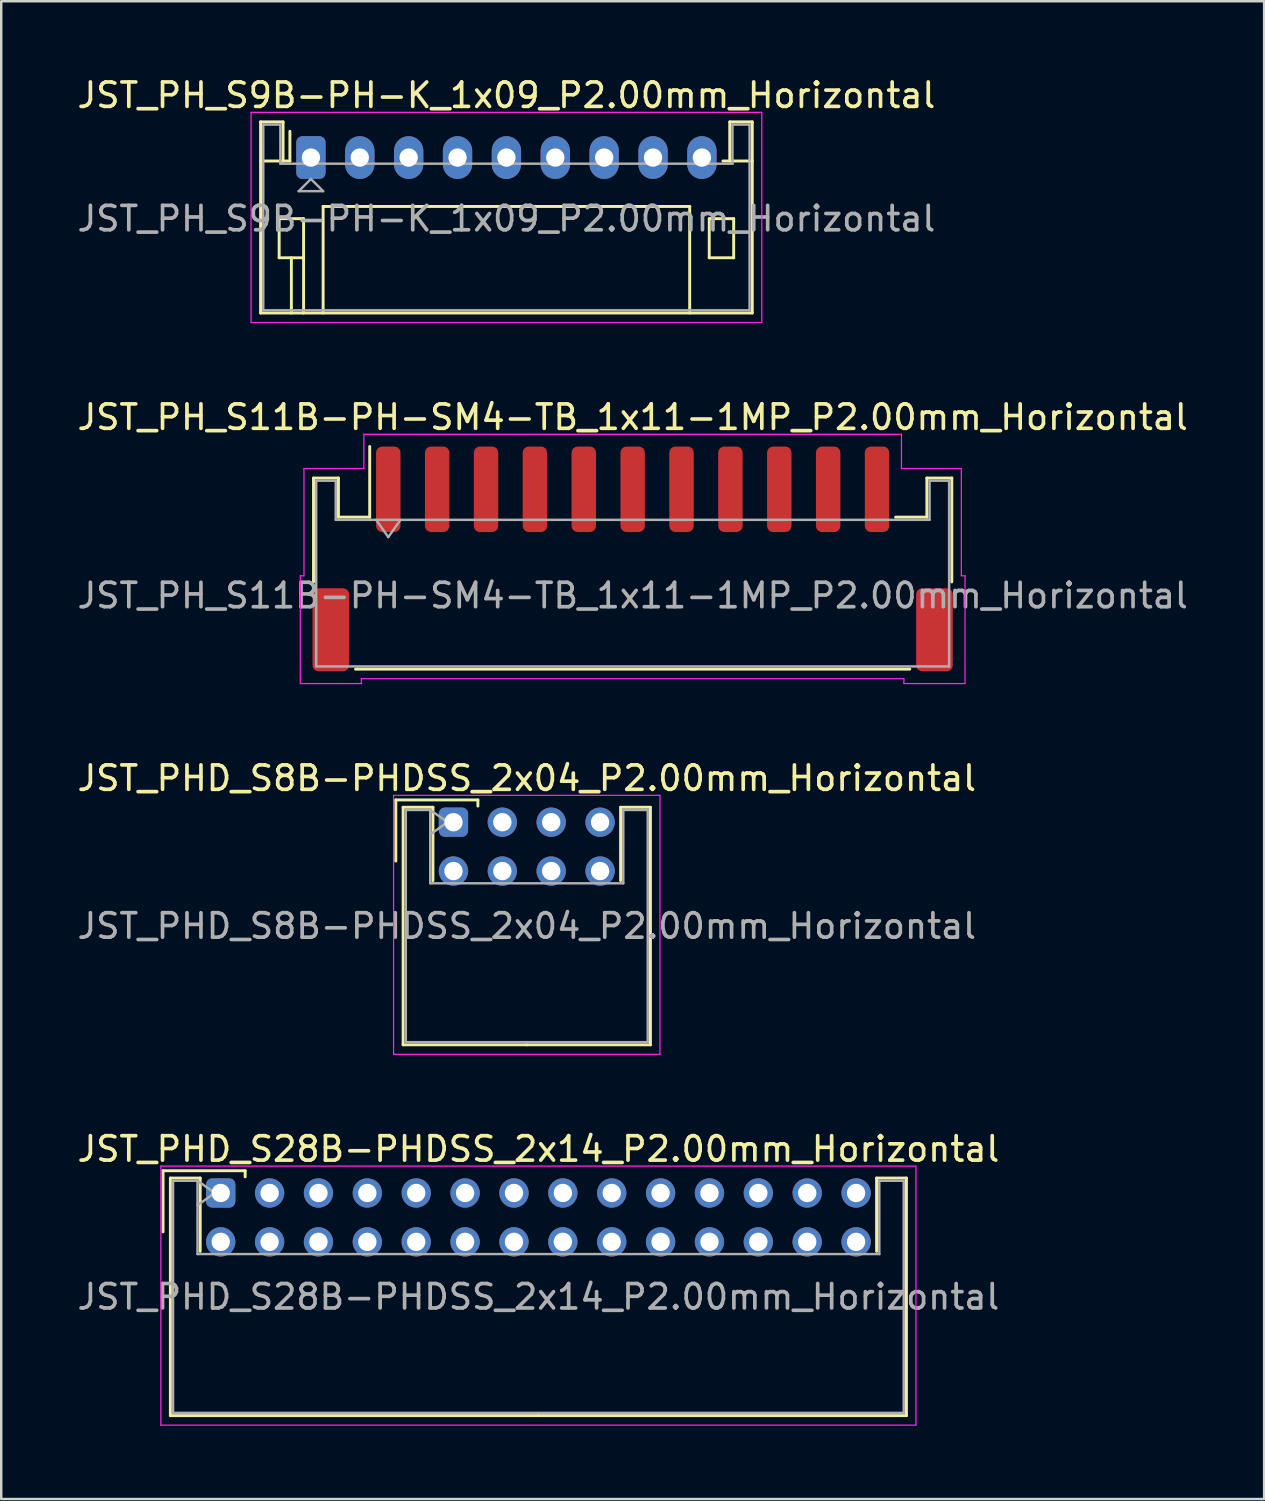
<source format=kicad_pcb>
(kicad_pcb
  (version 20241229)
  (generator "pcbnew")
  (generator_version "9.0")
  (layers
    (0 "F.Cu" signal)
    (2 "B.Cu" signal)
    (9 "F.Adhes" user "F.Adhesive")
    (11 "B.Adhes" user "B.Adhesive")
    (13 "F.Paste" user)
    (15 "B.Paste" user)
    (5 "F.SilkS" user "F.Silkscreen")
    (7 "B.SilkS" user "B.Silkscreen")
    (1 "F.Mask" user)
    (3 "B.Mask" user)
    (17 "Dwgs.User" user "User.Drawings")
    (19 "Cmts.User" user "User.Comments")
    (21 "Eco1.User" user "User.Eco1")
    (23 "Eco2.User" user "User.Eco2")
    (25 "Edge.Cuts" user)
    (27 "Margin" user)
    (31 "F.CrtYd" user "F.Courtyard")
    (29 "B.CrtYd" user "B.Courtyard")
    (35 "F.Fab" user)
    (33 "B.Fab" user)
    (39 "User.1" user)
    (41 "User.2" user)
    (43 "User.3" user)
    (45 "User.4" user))
  (footprint "JST_PHD_S8B-PHDSS_2x04_P2.00mm_Horizontal"
    (layer "F.Cu")
    (at 15.506 30.595)
    (property "Reference" "JST_PHD_S8B-PHDSS_2x04_P2.00mm_Horizontal" (at 3 -1.8 0) (layer "F.SilkS") (effects (font (size 1 1) (thickness 0.15))))
    (attr through_hole)
    (fp_line (start -2.36 -0.91) (end -2.36 1.59) (stroke (width 0.12) (type solid)) (layer "F.SilkS"))
    (fp_line (start -2.06 -0.61) (end -2.06 9.11) (stroke (width 0.12) (type solid)) (layer "F.SilkS"))
    (fp_line (start -2.06 9.11) (end 3 9.11) (stroke (width 0.12) (type solid)) (layer "F.SilkS"))
    (fp_line (start -0.84 -0.61) (end -2.06 -0.61) (stroke (width 0.12) (type solid)) (layer "F.SilkS"))
    (fp_line (start -0.84 2.39) (end -0.84 -0.61) (stroke (width 0.12) (type solid)) (layer "F.SilkS"))
    (fp_line (start 1 -0.91) (end -2.36 -0.91) (stroke (width 0.12) (type solid)) (layer "F.SilkS"))
    (fp_line (start 1 -0.66) (end 1 -0.91) (stroke (width 0.12) (type solid)) (layer "F.SilkS"))
    (fp_line (start 6.84 -0.61) (end 8.06 -0.61) (stroke (width 0.12) (type solid)) (layer "F.SilkS"))
    (fp_line (start 6.84 2.39) (end 6.84 -0.61) (stroke (width 0.12) (type solid)) (layer "F.SilkS"))
    (fp_line (start 8.06 -0.61) (end 8.06 9.11) (stroke (width 0.12) (type solid)) (layer "F.SilkS"))
    (fp_line (start 8.06 9.11) (end 3 9.11) (stroke (width 0.12) (type solid)) (layer "F.SilkS"))
    (fp_line (start -2.45 -1.1) (end -2.45 9.5) (stroke (width 0.05) (type solid)) (layer "F.CrtYd"))
    (fp_line (start -2.45 9.5) (end 8.45 9.5) (stroke (width 0.05) (type solid)) (layer "F.CrtYd"))
    (fp_line (start 8.45 -1.1) (end -2.45 -1.1) (stroke (width 0.05) (type solid)) (layer "F.CrtYd"))
    (fp_line (start 8.45 9.5) (end 8.45 -1.1) (stroke (width 0.05) (type solid)) (layer "F.CrtYd"))
    (fp_line (start -1.95 -0.5) (end -0.95 -0.5) (stroke (width 0.1) (type solid)) (layer "F.Fab"))
    (fp_line (start -1.95 9) (end -1.95 -0.5) (stroke (width 0.1) (type solid)) (layer "F.Fab"))
    (fp_line (start -0.95 -0.5) (end -0.95 2.5) (stroke (width 0.1) (type solid)) (layer "F.Fab"))
    (fp_line (start -0.95 -0.5) (end -0.243 0) (stroke (width 0.1) (type solid)) (layer "F.Fab"))
    (fp_line (start -0.95 2.5) (end 6.95 2.5) (stroke (width 0.1) (type solid)) (layer "F.Fab"))
    (fp_line (start -0.243 0) (end -0.95 0.5) (stroke (width 0.1) (type solid)) (layer "F.Fab"))
    (fp_line (start 6.95 -0.5) (end 7.95 -0.5) (stroke (width 0.1) (type solid)) (layer "F.Fab"))
    (fp_line (start 6.95 2.5) (end 6.95 -0.5) (stroke (width 0.1) (type solid)) (layer "F.Fab"))
    (fp_line (start 7.95 -0.5) (end 7.95 9) (stroke (width 0.1) (type solid)) (layer "F.Fab"))
    (fp_line (start 7.95 9) (end -1.95 9) (stroke (width 0.1) (type solid)) (layer "F.Fab"))
    (fp_text user "${REFERENCE}" (at 3 4.25 0) (layer "F.Fab") (effects (font (size 1 1) (thickness 0.15))))
    (pad "1" thru_hole roundrect (at 0 0) (size 1.2 1.2) (drill 0.75) (layers "*.Cu" "*.Mask") (roundrect_rratio 0.208))
    (pad "2" thru_hole circle (at 0 2) (size 1.2 1.2) (drill 0.75) (layers "*.Cu" "*.Mask"))
    (pad "3" thru_hole circle (at 2 0) (size 1.2 1.2) (drill 0.75) (layers "*.Cu" "*.Mask"))
    (pad "4" thru_hole circle (at 2 2) (size 1.2 1.2) (drill 0.75) (layers "*.Cu" "*.Mask"))
    (pad "5" thru_hole circle (at 4 0) (size 1.2 1.2) (drill 0.75) (layers "*.Cu" "*.Mask"))
    (pad "6" thru_hole circle (at 4 2) (size 1.2 1.2) (drill 0.75) (layers "*.Cu" "*.Mask"))
    (pad "7" thru_hole circle (at 6 0) (size 1.2 1.2) (drill 0.75) (layers "*.Cu" "*.Mask"))
    (pad "8" thru_hole circle (at 6 2) (size 1.2 1.2) (drill 0.75) (layers "*.Cu" "*.Mask")))
  (footprint "JST_PH_S9B-PH-K_1x09_P2.00mm_Horizontal"
    (layer "F.Cu")
    (at 9.673 3.398)
    (property "Reference" "JST_PH_S9B-PH-K_1x09_P2.00mm_Horizontal" (at 8 -2.55 0) (layer "F.SilkS") (effects (font (size 1 1) (thickness 0.15))))
    (attr through_hole)
    (fp_line (start -2.06 -1.46) (end -2.06 6.36) (stroke (width 0.12) (type solid)) (layer "F.SilkS"))
    (fp_line (start -2.06 0.14) (end -1.14 0.14) (stroke (width 0.12) (type solid)) (layer "F.SilkS"))
    (fp_line (start -2.06 6.36) (end 18.06 6.36) (stroke (width 0.12) (type solid)) (layer "F.SilkS"))
    (fp_line (start -1.3 2.5) (end -1.3 4.1) (stroke (width 0.12) (type solid)) (layer "F.SilkS"))
    (fp_line (start -1.3 4.1) (end -0.3 4.1) (stroke (width 0.12) (type solid)) (layer "F.SilkS"))
    (fp_line (start -1.14 -1.46) (end -2.06 -1.46) (stroke (width 0.12) (type solid)) (layer "F.SilkS"))
    (fp_line (start -1.14 0.14) (end -1.14 -1.46) (stroke (width 0.12) (type solid)) (layer "F.SilkS"))
    (fp_line (start -0.86 0.14) (end -1.14 0.14) (stroke (width 0.12) (type solid)) (layer "F.SilkS"))
    (fp_line (start -0.86 0.14) (end -0.86 -1.075) (stroke (width 0.12) (type solid)) (layer "F.SilkS"))
    (fp_line (start -0.8 4.1) (end -0.8 6.36) (stroke (width 0.12) (type solid)) (layer "F.SilkS"))
    (fp_line (start -0.3 2.5) (end -1.3 2.5) (stroke (width 0.12) (type solid)) (layer "F.SilkS"))
    (fp_line (start -0.3 4.1) (end -0.3 2.5) (stroke (width 0.12) (type solid)) (layer "F.SilkS"))
    (fp_line (start -0.3 4.1) (end -0.3 6.36) (stroke (width 0.12) (type solid)) (layer "F.SilkS"))
    (fp_line (start 0.5 2) (end 15.5 2) (stroke (width 0.12) (type solid)) (layer "F.SilkS"))
    (fp_line (start 0.5 6.36) (end 0.5 2) (stroke (width 0.12) (type solid)) (layer "F.SilkS"))
    (fp_line (start 15.5 2) (end 15.5 6.36) (stroke (width 0.12) (type solid)) (layer "F.SilkS"))
    (fp_line (start 16.3 2.5) (end 17.3 2.5) (stroke (width 0.12) (type solid)) (layer "F.SilkS"))
    (fp_line (start 16.3 4.1) (end 16.3 2.5) (stroke (width 0.12) (type solid)) (layer "F.SilkS"))
    (fp_line (start 17.14 -1.46) (end 17.14 0.14) (stroke (width 0.12) (type solid)) (layer "F.SilkS"))
    (fp_line (start 17.14 0.14) (end 16.86 0.14) (stroke (width 0.12) (type solid)) (layer "F.SilkS"))
    (fp_line (start 17.3 2.5) (end 17.3 4.1) (stroke (width 0.12) (type solid)) (layer "F.SilkS"))
    (fp_line (start 17.3 4.1) (end 16.3 4.1) (stroke (width 0.12) (type solid)) (layer "F.SilkS"))
    (fp_line (start 18.06 -1.46) (end 17.14 -1.46) (stroke (width 0.12) (type solid)) (layer "F.SilkS"))
    (fp_line (start 18.06 0.14) (end 17.14 0.14) (stroke (width 0.12) (type solid)) (layer "F.SilkS"))
    (fp_line (start 18.06 6.36) (end 18.06 -1.46) (stroke (width 0.12) (type solid)) (layer "F.SilkS"))
    (fp_line (start -2.45 -1.85) (end -2.45 6.75) (stroke (width 0.05) (type solid)) (layer "F.CrtYd"))
    (fp_line (start -2.45 6.75) (end 18.45 6.75) (stroke (width 0.05) (type solid)) (layer "F.CrtYd"))
    (fp_line (start 18.45 -1.85) (end -2.45 -1.85) (stroke (width 0.05) (type solid)) (layer "F.CrtYd"))
    (fp_line (start 18.45 6.75) (end 18.45 -1.85) (stroke (width 0.05) (type solid)) (layer "F.CrtYd"))
    (fp_line (start -1.95 -1.35) (end -1.95 6.25) (stroke (width 0.1) (type solid)) (layer "F.Fab"))
    (fp_line (start -1.95 6.25) (end 17.95 6.25) (stroke (width 0.1) (type solid)) (layer "F.Fab"))
    (fp_line (start -1.25 -1.35) (end -1.95 -1.35) (stroke (width 0.1) (type solid)) (layer "F.Fab"))
    (fp_line (start -1.25 0.25) (end -1.25 -1.35) (stroke (width 0.1) (type solid)) (layer "F.Fab"))
    (fp_line (start -0.5 1.375) (end 0.5 1.375) (stroke (width 0.1) (type solid)) (layer "F.Fab"))
    (fp_line (start 0 0.875) (end -0.5 1.375) (stroke (width 0.1) (type solid)) (layer "F.Fab"))
    (fp_line (start 0.5 1.375) (end 0 0.875) (stroke (width 0.1) (type solid)) (layer "F.Fab"))
    (fp_line (start 17.25 -1.35) (end 17.25 0.25) (stroke (width 0.1) (type solid)) (layer "F.Fab"))
    (fp_line (start 17.25 0.25) (end -1.25 0.25) (stroke (width 0.1) (type solid)) (layer "F.Fab"))
    (fp_line (start 17.95 -1.35) (end 17.25 -1.35) (stroke (width 0.1) (type solid)) (layer "F.Fab"))
    (fp_line (start 17.95 6.25) (end 17.95 -1.35) (stroke (width 0.1) (type solid)) (layer "F.Fab"))
    (fp_text user "${REFERENCE}" (at 8 2.5 0) (layer "F.Fab") (effects (font (size 1 1) (thickness 0.15))))
    (pad "1" thru_hole roundrect (at 0 0) (size 1.2 1.75) (drill 0.75) (layers "*.Cu" "*.Mask") (roundrect_rratio 0.208))
    (pad "2" thru_hole oval (at 2 0) (size 1.2 1.75) (drill 0.75) (layers "*.Cu" "*.Mask"))
    (pad "3" thru_hole oval (at 4 0) (size 1.2 1.75) (drill 0.75) (layers "*.Cu" "*.Mask"))
    (pad "4" thru_hole oval (at 6 0) (size 1.2 1.75) (drill 0.75) (layers "*.Cu" "*.Mask"))
    (pad "5" thru_hole oval (at 8 0) (size 1.2 1.75) (drill 0.75) (layers "*.Cu" "*.Mask"))
    (pad "6" thru_hole oval (at 10 0) (size 1.2 1.75) (drill 0.75) (layers "*.Cu" "*.Mask"))
    (pad "7" thru_hole oval (at 12 0) (size 1.2 1.75) (drill 0.75) (layers "*.Cu" "*.Mask"))
    (pad "8" thru_hole oval (at 14 0) (size 1.2 1.75) (drill 0.75) (layers "*.Cu" "*.Mask"))
    (pad "9" thru_hole oval (at 16 0) (size 1.2 1.75) (drill 0.75) (layers "*.Cu" "*.Mask")))
  (footprint "JST_PHD_S28B-PHDSS_2x14_P2.00mm_Horizontal"
    (layer "F.Cu")
    (at 5.982 45.768)
    (property "Reference" "JST_PHD_S28B-PHDSS_2x14_P2.00mm_Horizontal" (at 13 -1.8 0) (layer "F.SilkS") (effects (font (size 1 1) (thickness 0.15))))
    (attr through_hole)
    (fp_line (start -2.36 -0.91) (end -2.36 1.59) (stroke (width 0.12) (type solid)) (layer "F.SilkS"))
    (fp_line (start -2.06 -0.61) (end -2.06 9.11) (stroke (width 0.12) (type solid)) (layer "F.SilkS"))
    (fp_line (start -2.06 9.11) (end 13 9.11) (stroke (width 0.12) (type solid)) (layer "F.SilkS"))
    (fp_line (start -0.84 -0.61) (end -2.06 -0.61) (stroke (width 0.12) (type solid)) (layer "F.SilkS"))
    (fp_line (start -0.84 2.39) (end -0.84 -0.61) (stroke (width 0.12) (type solid)) (layer "F.SilkS"))
    (fp_line (start 1 -0.91) (end -2.36 -0.91) (stroke (width 0.12) (type solid)) (layer "F.SilkS"))
    (fp_line (start 1 -0.66) (end 1 -0.91) (stroke (width 0.12) (type solid)) (layer "F.SilkS"))
    (fp_line (start 26.84 -0.61) (end 28.06 -0.61) (stroke (width 0.12) (type solid)) (layer "F.SilkS"))
    (fp_line (start 26.84 2.39) (end 26.84 -0.61) (stroke (width 0.12) (type solid)) (layer "F.SilkS"))
    (fp_line (start 28.06 -0.61) (end 28.06 9.11) (stroke (width 0.12) (type solid)) (layer "F.SilkS"))
    (fp_line (start 28.06 9.11) (end 13 9.11) (stroke (width 0.12) (type solid)) (layer "F.SilkS"))
    (fp_line (start -2.45 -1.1) (end -2.45 9.5) (stroke (width 0.05) (type solid)) (layer "F.CrtYd"))
    (fp_line (start -2.45 9.5) (end 28.45 9.5) (stroke (width 0.05) (type solid)) (layer "F.CrtYd"))
    (fp_line (start 28.45 -1.1) (end -2.45 -1.1) (stroke (width 0.05) (type solid)) (layer "F.CrtYd"))
    (fp_line (start 28.45 9.5) (end 28.45 -1.1) (stroke (width 0.05) (type solid)) (layer "F.CrtYd"))
    (fp_line (start -1.95 -0.5) (end -0.95 -0.5) (stroke (width 0.1) (type solid)) (layer "F.Fab"))
    (fp_line (start -1.95 9) (end -1.95 -0.5) (stroke (width 0.1) (type solid)) (layer "F.Fab"))
    (fp_line (start -0.95 -0.5) (end -0.95 2.5) (stroke (width 0.1) (type solid)) (layer "F.Fab"))
    (fp_line (start -0.95 -0.5) (end -0.243 0) (stroke (width 0.1) (type solid)) (layer "F.Fab"))
    (fp_line (start -0.95 2.5) (end 26.95 2.5) (stroke (width 0.1) (type solid)) (layer "F.Fab"))
    (fp_line (start -0.243 0) (end -0.95 0.5) (stroke (width 0.1) (type solid)) (layer "F.Fab"))
    (fp_line (start 26.95 -0.5) (end 27.95 -0.5) (stroke (width 0.1) (type solid)) (layer "F.Fab"))
    (fp_line (start 26.95 2.5) (end 26.95 -0.5) (stroke (width 0.1) (type solid)) (layer "F.Fab"))
    (fp_line (start 27.95 -0.5) (end 27.95 9) (stroke (width 0.1) (type solid)) (layer "F.Fab"))
    (fp_line (start 27.95 9) (end -1.95 9) (stroke (width 0.1) (type solid)) (layer "F.Fab"))
    (fp_text user "${REFERENCE}" (at 13 4.25 0) (layer "F.Fab") (effects (font (size 1 1) (thickness 0.15))))
    (pad "1" thru_hole roundrect (at 0 0) (size 1.2 1.2) (drill 0.75) (layers "*.Cu" "*.Mask") (roundrect_rratio 0.208))
    (pad "2" thru_hole circle (at 0 2) (size 1.2 1.2) (drill 0.75) (layers "*.Cu" "*.Mask"))
    (pad "3" thru_hole circle (at 2 0) (size 1.2 1.2) (drill 0.75) (layers "*.Cu" "*.Mask"))
    (pad "4" thru_hole circle (at 2 2) (size 1.2 1.2) (drill 0.75) (layers "*.Cu" "*.Mask"))
    (pad "5" thru_hole circle (at 4 0) (size 1.2 1.2) (drill 0.75) (layers "*.Cu" "*.Mask"))
    (pad "6" thru_hole circle (at 4 2) (size 1.2 1.2) (drill 0.75) (layers "*.Cu" "*.Mask"))
    (pad "7" thru_hole circle (at 6 0) (size 1.2 1.2) (drill 0.75) (layers "*.Cu" "*.Mask"))
    (pad "8" thru_hole circle (at 6 2) (size 1.2 1.2) (drill 0.75) (layers "*.Cu" "*.Mask"))
    (pad "9" thru_hole circle (at 8 0) (size 1.2 1.2) (drill 0.75) (layers "*.Cu" "*.Mask"))
    (pad "10" thru_hole circle (at 8 2) (size 1.2 1.2) (drill 0.75) (layers "*.Cu" "*.Mask"))
    (pad "11" thru_hole circle (at 10 0) (size 1.2 1.2) (drill 0.75) (layers "*.Cu" "*.Mask"))
    (pad "12" thru_hole circle (at 10 2) (size 1.2 1.2) (drill 0.75) (layers "*.Cu" "*.Mask"))
    (pad "13" thru_hole circle (at 12 0) (size 1.2 1.2) (drill 0.75) (layers "*.Cu" "*.Mask"))
    (pad "14" thru_hole circle (at 12 2) (size 1.2 1.2) (drill 0.75) (layers "*.Cu" "*.Mask"))
    (pad "15" thru_hole circle (at 14 0) (size 1.2 1.2) (drill 0.75) (layers "*.Cu" "*.Mask"))
    (pad "16" thru_hole circle (at 14 2) (size 1.2 1.2) (drill 0.75) (layers "*.Cu" "*.Mask"))
    (pad "17" thru_hole circle (at 16 0) (size 1.2 1.2) (drill 0.75) (layers "*.Cu" "*.Mask"))
    (pad "18" thru_hole circle (at 16 2) (size 1.2 1.2) (drill 0.75) (layers "*.Cu" "*.Mask"))
    (pad "19" thru_hole circle (at 18 0) (size 1.2 1.2) (drill 0.75) (layers "*.Cu" "*.Mask"))
    (pad "20" thru_hole circle (at 18 2) (size 1.2 1.2) (drill 0.75) (layers "*.Cu" "*.Mask"))
    (pad "21" thru_hole circle (at 20 0) (size 1.2 1.2) (drill 0.75) (layers "*.Cu" "*.Mask"))
    (pad "22" thru_hole circle (at 20 2) (size 1.2 1.2) (drill 0.75) (layers "*.Cu" "*.Mask"))
    (pad "23" thru_hole circle (at 22 0) (size 1.2 1.2) (drill 0.75) (layers "*.Cu" "*.Mask"))
    (pad "24" thru_hole circle (at 22 2) (size 1.2 1.2) (drill 0.75) (layers "*.Cu" "*.Mask"))
    (pad "25" thru_hole circle (at 24 0) (size 1.2 1.2) (drill 0.75) (layers "*.Cu" "*.Mask"))
    (pad "26" thru_hole circle (at 24 2) (size 1.2 1.2) (drill 0.75) (layers "*.Cu" "*.Mask"))
    (pad "27" thru_hole circle (at 26 0) (size 1.2 1.2) (drill 0.75) (layers "*.Cu" "*.Mask"))
    (pad "28" thru_hole circle (at 26 2) (size 1.2 1.2) (drill 0.75) (layers "*.Cu" "*.Mask")))
  (footprint "JST_PH_S11B-PH-SM4-TB_1x11-1MP_P2.00mm_Horizontal"
    (layer "F.Cu")
    (at 22.839 19.822)
    (property "Reference" "JST_PH_S11B-PH-SM4-TB_1x11-1MP_P2.00mm_Horizontal" (at 0 -5.8 0) (layer "F.SilkS") (effects (font (size 1 1) (thickness 0.15))))
    (attr smd)
    (fp_line (start -13.06 -3.31) (end -12.04 -3.31) (stroke (width 0.12) (type solid)) (layer "F.SilkS"))
    (fp_line (start -13.06 0.94) (end -13.06 -3.31) (stroke (width 0.12) (type solid)) (layer "F.SilkS"))
    (fp_line (start -12.04 -3.31) (end -12.04 -1.71) (stroke (width 0.12) (type solid)) (layer "F.SilkS"))
    (fp_line (start -12.04 -1.71) (end -10.76 -1.71) (stroke (width 0.12) (type solid)) (layer "F.SilkS"))
    (fp_line (start -11.34 4.51) (end 11.34 4.51) (stroke (width 0.12) (type solid)) (layer "F.SilkS"))
    (fp_line (start -10.76 -1.71) (end -10.76 -4.6) (stroke (width 0.12) (type solid)) (layer "F.SilkS"))
    (fp_line (start 12.04 -3.31) (end 12.04 -1.71) (stroke (width 0.12) (type solid)) (layer "F.SilkS"))
    (fp_line (start 12.04 -1.71) (end 10.76 -1.71) (stroke (width 0.12) (type solid)) (layer "F.SilkS"))
    (fp_line (start 13.06 -3.31) (end 12.04 -3.31) (stroke (width 0.12) (type solid)) (layer "F.SilkS"))
    (fp_line (start 13.06 0.94) (end 13.06 -3.31) (stroke (width 0.12) (type solid)) (layer "F.SilkS"))
    (fp_line (start -13.6 0.69) (end -13.45 0.69) (stroke (width 0.05) (type solid)) (layer "F.CrtYd"))
    (fp_line (start -13.6 5.1) (end -13.6 0.69) (stroke (width 0.05) (type solid)) (layer "F.CrtYd"))
    (fp_line (start -13.45 -3.7) (end -11 -3.7) (stroke (width 0.05) (type solid)) (layer "F.CrtYd"))
    (fp_line (start -13.45 0.69) (end -13.45 -3.7) (stroke (width 0.05) (type solid)) (layer "F.CrtYd"))
    (fp_line (start -11.1 4.9) (end -11.1 5.1) (stroke (width 0.05) (type solid)) (layer "F.CrtYd"))
    (fp_line (start -11.1 5.1) (end -13.6 5.1) (stroke (width 0.05) (type solid)) (layer "F.CrtYd"))
    (fp_line (start -11 -5.1) (end 11 -5.1) (stroke (width 0.05) (type solid)) (layer "F.CrtYd"))
    (fp_line (start -11 -3.7) (end -11 -5.1) (stroke (width 0.05) (type solid)) (layer "F.CrtYd"))
    (fp_line (start 11 -5.1) (end 11 -3.7) (stroke (width 0.05) (type solid)) (layer "F.CrtYd"))
    (fp_line (start 11 -3.7) (end 13.45 -3.7) (stroke (width 0.05) (type solid)) (layer "F.CrtYd"))
    (fp_line (start 11.1 4.9) (end -11.1 4.9) (stroke (width 0.05) (type solid)) (layer "F.CrtYd"))
    (fp_line (start 11.1 5.1) (end 11.1 4.9) (stroke (width 0.05) (type solid)) (layer "F.CrtYd"))
    (fp_line (start 13.45 -3.7) (end 13.45 0.69) (stroke (width 0.05) (type solid)) (layer "F.CrtYd"))
    (fp_line (start 13.45 0.69) (end 13.6 0.69) (stroke (width 0.05) (type solid)) (layer "F.CrtYd"))
    (fp_line (start 13.6 0.69) (end 13.6 5.1) (stroke (width 0.05) (type solid)) (layer "F.CrtYd"))
    (fp_line (start 13.6 5.1) (end 11.1 5.1) (stroke (width 0.05) (type solid)) (layer "F.CrtYd"))
    (fp_line (start -12.95 -3.2) (end -12.95 4.4) (stroke (width 0.1) (type solid)) (layer "F.Fab"))
    (fp_line (start -12.95 -3.2) (end -12.15 -3.2) (stroke (width 0.1) (type solid)) (layer "F.Fab"))
    (fp_line (start -12.95 4.4) (end 12.95 4.4) (stroke (width 0.1) (type solid)) (layer "F.Fab"))
    (fp_line (start -12.15 -3.2) (end -12.15 -1.6) (stroke (width 0.1) (type solid)) (layer "F.Fab"))
    (fp_line (start -12.15 -1.6) (end 12.15 -1.6) (stroke (width 0.1) (type solid)) (layer "F.Fab"))
    (fp_line (start -10.5 -1.6) (end -10 -0.893) (stroke (width 0.1) (type solid)) (layer "F.Fab"))
    (fp_line (start -10 -0.893) (end -9.5 -1.6) (stroke (width 0.1) (type solid)) (layer "F.Fab"))
    (fp_line (start 12.15 -3.2) (end 12.95 -3.2) (stroke (width 0.1) (type solid)) (layer "F.Fab"))
    (fp_line (start 12.15 -1.6) (end 12.15 -3.2) (stroke (width 0.1) (type solid)) (layer "F.Fab"))
    (fp_line (start 12.95 -3.2) (end 12.95 4.4) (stroke (width 0.1) (type solid)) (layer "F.Fab"))
    (fp_text user "${REFERENCE}" (at 0 1.5 0) (layer "F.Fab") (effects (font (size 1 1) (thickness 0.15))))
    (pad "1" smd roundrect (at -10 -2.85) (size 1 3.5) (layers "F.Cu" "F.Mask" "F.Paste") (roundrect_rratio 0.25))
    (pad "2" smd roundrect (at -8 -2.85) (size 1 3.5) (layers "F.Cu" "F.Mask" "F.Paste") (roundrect_rratio 0.25))
    (pad "3" smd roundrect (at -6 -2.85) (size 1 3.5) (layers "F.Cu" "F.Mask" "F.Paste") (roundrect_rratio 0.25))
    (pad "4" smd roundrect (at -4 -2.85) (size 1 3.5) (layers "F.Cu" "F.Mask" "F.Paste") (roundrect_rratio 0.25))
    (pad "5" smd roundrect (at -2 -2.85) (size 1 3.5) (layers "F.Cu" "F.Mask" "F.Paste") (roundrect_rratio 0.25))
    (pad "6" smd roundrect (at 0 -2.85) (size 1 3.5) (layers "F.Cu" "F.Mask" "F.Paste") (roundrect_rratio 0.25))
    (pad "7" smd roundrect (at 2 -2.85) (size 1 3.5) (layers "F.Cu" "F.Mask" "F.Paste") (roundrect_rratio 0.25))
    (pad "8" smd roundrect (at 4 -2.85) (size 1 3.5) (layers "F.Cu" "F.Mask" "F.Paste") (roundrect_rratio 0.25))
    (pad "9" smd roundrect (at 6 -2.85) (size 1 3.5) (layers "F.Cu" "F.Mask" "F.Paste") (roundrect_rratio 0.25))
    (pad "10" smd roundrect (at 8 -2.85) (size 1 3.5) (layers "F.Cu" "F.Mask" "F.Paste") (roundrect_rratio 0.25))
    (pad "11" smd roundrect (at 10 -2.85) (size 1 3.5) (layers "F.Cu" "F.Mask" "F.Paste") (roundrect_rratio 0.25))
    (pad "MP" smd roundrect (at -12.35 2.9) (size 1.5 3.4) (layers "F.Cu" "F.Mask" "F.Paste") (roundrect_rratio 0.167))
    (pad "MP" smd roundrect (at 12.35 2.9) (size 1.5 3.4) (layers "F.Cu" "F.Mask" "F.Paste") (roundrect_rratio 0.167)))
  (gr_rect
    (start -3 -3)
    (end 48.679 58.293)
    (stroke (width 0.1) (type default))
    (fill no)
    (layer "Edge.Cuts")))
</source>
